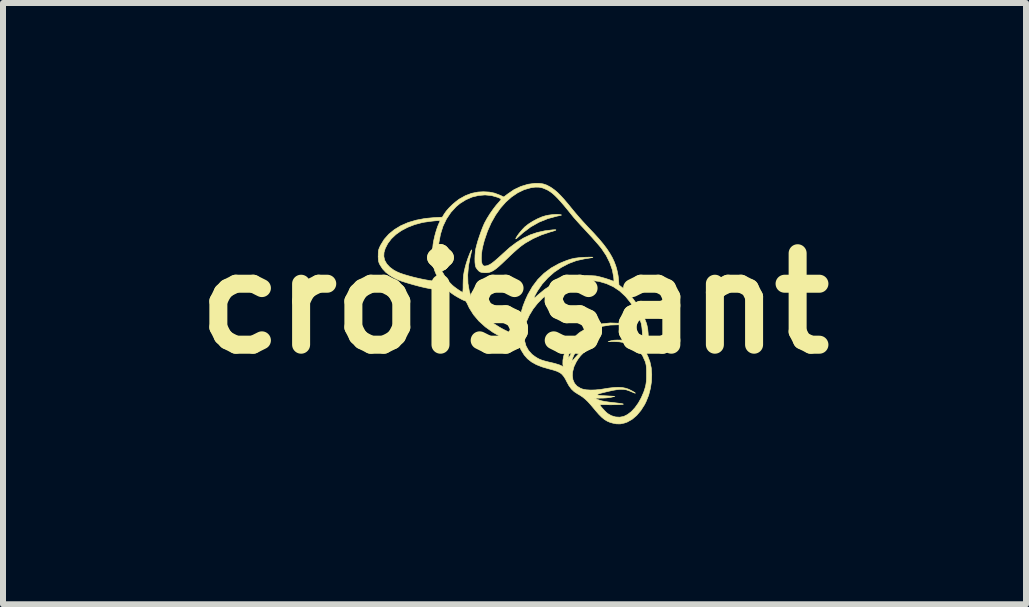
<source format=kicad_pcb>
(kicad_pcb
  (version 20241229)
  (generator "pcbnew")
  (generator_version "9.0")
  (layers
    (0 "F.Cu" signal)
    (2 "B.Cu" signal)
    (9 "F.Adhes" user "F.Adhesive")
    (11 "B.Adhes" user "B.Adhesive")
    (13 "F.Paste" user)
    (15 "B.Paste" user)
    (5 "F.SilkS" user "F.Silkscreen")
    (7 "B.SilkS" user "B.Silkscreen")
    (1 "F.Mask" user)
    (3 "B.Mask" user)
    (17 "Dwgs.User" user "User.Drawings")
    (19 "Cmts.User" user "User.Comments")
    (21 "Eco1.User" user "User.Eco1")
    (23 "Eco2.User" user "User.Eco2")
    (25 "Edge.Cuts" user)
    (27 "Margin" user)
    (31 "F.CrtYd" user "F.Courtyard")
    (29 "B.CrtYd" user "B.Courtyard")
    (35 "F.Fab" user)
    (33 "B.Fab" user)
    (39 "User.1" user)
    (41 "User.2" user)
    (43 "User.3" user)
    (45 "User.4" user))
  (footprint "croissant"
    (layer "F.Cu")
    (at 5.523 2.004)
    (property "Reference" "croissant" (at 0 0 0) (layer "F.SilkS") (effects (font (size 1.524 1.524) (thickness 0.3))))
    (attr through_hole)
    (fp_poly (pts (xy 0.739 -1.481) (xy 0.758 -1.478) (xy 0.776 -1.475) (xy 0.782 -1.471) (xy 0.775 -1.467) (xy 0.752 -1.462) (xy 0.711 -1.453) (xy 0.709 -1.453) (xy 0.553 -1.411) (xy 0.406 -1.351) (xy 0.27 -1.274) (xy 0.144 -1.179) (xy 0.096 -1.136) (xy 0.064 -1.107) (xy 0.04 -1.086) (xy 0.024 -1.075) (xy 0.02 -1.075) (xy 0.027 -1.093) (xy 0.045 -1.122) (xy 0.071 -1.159) (xy 0.103 -1.198) (xy 0.137 -1.237) (xy 0.17 -1.271) (xy 0.173 -1.274) (xy 0.231 -1.32) (xy 0.303 -1.366) (xy 0.38 -1.407) (xy 0.456 -1.44) (xy 0.513 -1.458) (xy 0.57 -1.47) (xy 0.632 -1.478) (xy 0.69 -1.482) (xy 0.739 -1.481)) (stroke (width 0.01) (type solid)) (fill yes) (layer "F.SilkS"))
    (fp_poly (pts (xy 0.476 -1.99) (xy 0.536 -1.97) (xy 0.599 -1.936) (xy 0.626 -1.918) (xy 0.67 -1.886) (xy 0.717 -1.846) (xy 0.767 -1.796) (xy 0.823 -1.735) (xy 0.886 -1.661) (xy 0.959 -1.572) (xy 0.961 -1.569) (xy 1.011 -1.509) (xy 1.069 -1.441) (xy 1.13 -1.372) (xy 1.19 -1.307) (xy 1.224 -1.27) (xy 1.323 -1.166) (xy 1.407 -1.073) (xy 1.478 -0.988) (xy 1.537 -0.91) (xy 1.586 -0.836) (xy 1.627 -0.765) (xy 1.66 -0.695) (xy 1.687 -0.623) (xy 1.701 -0.577) (xy 1.714 -0.522) (xy 1.726 -0.459) (xy 1.733 -0.402) (xy 1.733 -0.397) (xy 1.74 -0.306) (xy 1.804 -0.255) (xy 1.883 -0.182) (xy 1.961 -0.094) (xy 2.034 0.006) (xy 2.099 0.112) (xy 2.154 0.22) (xy 2.195 0.325) (xy 2.206 0.362) (xy 2.219 0.424) (xy 2.226 0.496) (xy 2.23 0.574) (xy 2.228 0.651) (xy 2.222 0.72) (xy 2.212 0.769) (xy 2.203 0.804) (xy 2.2 0.827) (xy 2.204 0.847) (xy 2.214 0.871) (xy 2.221 0.883) (xy 2.256 0.974) (xy 2.278 1.076) (xy 2.286 1.186) (xy 2.282 1.301) (xy 2.264 1.417) (xy 2.235 1.53) (xy 2.192 1.637) (xy 2.168 1.686) (xy 2.105 1.785) (xy 2.035 1.868) (xy 1.958 1.933) (xy 1.876 1.979) (xy 1.829 1.995) (xy 1.763 2.009) (xy 1.697 2.008) (xy 1.64 1.997) (xy 1.588 1.982) (xy 1.542 1.962) (xy 1.498 1.935) (xy 1.453 1.898) (xy 1.405 1.85) (xy 1.351 1.788) (xy 1.323 1.754) (xy 1.268 1.689) (xy 1.222 1.638) (xy 1.179 1.597) (xy 1.137 1.563) (xy 1.091 1.532) (xy 1.055 1.511) (xy 0.995 1.472) (xy 0.947 1.427) (xy 0.906 1.371) (xy 0.875 1.315) (xy 0.846 1.258) (xy 0.818 1.215) (xy 0.789 1.181) (xy 0.754 1.155) (xy 0.71 1.133) (xy 0.654 1.114) (xy 0.581 1.094) (xy 0.573 1.092) (xy 0.459 1.059) (xy 0.363 1.021) (xy 0.283 0.976) (xy 0.216 0.923) (xy 0.161 0.86) (xy 0.115 0.786) (xy 0.109 0.776) (xy 0.066 0.69) (xy -0.053 0.64) (xy -0.216 0.565) (xy -0.36 0.483) (xy -0.486 0.393) (xy -0.594 0.295) (xy -0.683 0.19) (xy -0.754 0.077) (xy -0.777 0.028) (xy -0.793 -0.005) (xy -0.807 -0.029) (xy -0.816 -0.04) (xy -0.817 -0.04) (xy -0.837 -0.046) (xy -0.869 -0.06) (xy -0.908 -0.081) (xy -0.952 -0.105) (xy -0.994 -0.13) (xy -1.031 -0.155) (xy -1.052 -0.17) (xy -1.114 -0.22) (xy -1.236 -0.226) (xy -1.314 -0.232) (xy -1.394 -0.242) (xy -1.477 -0.258) (xy -1.569 -0.279) (xy -1.674 -0.307) (xy -1.723 -0.321) (xy -1.808 -0.346) (xy -1.877 -0.368) (xy -1.934 -0.389) (xy -1.981 -0.41) (xy -2.024 -0.433) (xy -2.066 -0.458) (xy -2.074 -0.463) (xy -2.145 -0.517) (xy -2.199 -0.575) (xy -2.242 -0.642) (xy -2.242 -0.642) (xy -2.256 -0.67) (xy -2.264 -0.696) (xy -2.269 -0.725) (xy -2.271 -0.765) (xy -2.271 -0.781) (xy -2.178 -0.781) (xy -2.163 -0.717) (xy -2.129 -0.657) (xy -2.077 -0.601) (xy -2.01 -0.552) (xy -1.959 -0.525) (xy -1.908 -0.503) (xy -1.841 -0.48) (xy -1.762 -0.457) (xy -1.677 -0.434) (xy -1.588 -0.413) (xy -1.502 -0.395) (xy -1.422 -0.381) (xy -1.352 -0.371) (xy -1.298 -0.367) (xy -1.24 -0.366) (xy -1.271 -0.416) (xy -1.289 -0.45) (xy -1.31 -0.495) (xy -1.329 -0.541) (xy -1.333 -0.551) (xy -1.358 -0.642) (xy -1.37 -0.748) (xy -1.37 -0.824) (xy -1.272 -0.824) (xy -1.271 -0.762) (xy -1.267 -0.713) (xy -1.26 -0.672) (xy -1.25 -0.635) (xy -1.212 -0.54) (xy -1.158 -0.446) (xy -1.094 -0.36) (xy -1.036 -0.301) (xy -1.011 -0.28) (xy -0.978 -0.255) (xy -0.943 -0.23) (xy -0.909 -0.208) (xy -0.882 -0.191) (xy -0.865 -0.183) (xy -0.864 -0.183) (xy -0.861 -0.192) (xy -0.859 -0.218) (xy -0.857 -0.257) (xy -0.857 -0.305) (xy -0.857 -0.312) (xy -0.855 -0.393) (xy -0.85 -0.463) (xy -0.839 -0.53) (xy -0.822 -0.602) (xy -0.807 -0.657) (xy -0.794 -0.698) (xy -0.779 -0.743) (xy -0.762 -0.788) (xy -0.746 -0.829) (xy -0.732 -0.862) (xy -0.721 -0.884) (xy -0.715 -0.891) (xy -0.715 -0.891) (xy -0.715 -0.88) (xy -0.72 -0.854) (xy -0.728 -0.816) (xy -0.736 -0.785) (xy -0.767 -0.624) (xy -0.78 -0.473) (xy -0.776 -0.331) (xy -0.753 -0.2) (xy -0.713 -0.077) (xy -0.655 0.035) (xy -0.579 0.139) (xy -0.53 0.191) (xy -0.475 0.241) (xy -0.406 0.295) (xy -0.33 0.348) (xy -0.252 0.397) (xy -0.219 0.416) (xy -0.187 0.433) (xy -0.148 0.453) (xy -0.103 0.474) (xy -0.058 0.495) (xy -0.017 0.514) (xy 0.016 0.529) (xy 0.038 0.537) (xy 0.043 0.538) (xy 0.049 0.53) (xy 0.049 0.523) (xy 0.159 0.523) (xy 0.167 0.622) (xy 0.191 0.709) (xy 0.233 0.785) (xy 0.291 0.85) (xy 0.343 0.889) (xy 0.378 0.911) (xy 0.414 0.93) (xy 0.454 0.946) (xy 0.503 0.961) (xy 0.565 0.977) (xy 0.622 0.99) (xy 0.671 1.002) (xy 0.717 1.016) (xy 0.754 1.028) (xy 0.769 1.035) (xy 0.81 1.055) (xy 0.805 1.008) (xy 0.806 0.98) (xy 0.945 0.98) (xy 0.95 0.986) (xy 0.955 0.98) (xy 0.95 0.975) (xy 0.945 0.98) (xy 0.806 0.98) (xy 0.806 0.953) (xy 0.808 0.94) (xy 0.884 0.94) (xy 0.889 0.945) (xy 0.894 0.94) (xy 0.889 0.935) (xy 0.884 0.94) (xy 0.808 0.94) (xy 0.817 0.888) (xy 0.836 0.818) (xy 0.861 0.75) (xy 0.869 0.733) (xy 0.891 0.691) (xy 0.917 0.653) (xy 0.95 0.613) (xy 0.993 0.569) (xy 1.036 0.527) (xy 1.072 0.496) (xy 1.108 0.471) (xy 1.15 0.448) (xy 1.189 0.428) (xy 1.32 0.375) (xy 1.456 0.341) (xy 1.594 0.327) (xy 1.732 0.332) (xy 1.752 0.335) (xy 1.805 0.342) (xy 1.838 0.349) (xy 1.851 0.353) (xy 1.843 0.356) (xy 1.815 0.358) (xy 1.767 0.358) (xy 1.734 0.357) (xy 1.591 0.362) (xy 1.457 0.384) (xy 1.332 0.422) (xy 1.217 0.475) (xy 1.115 0.544) (xy 1.031 0.622) (xy 0.985 0.68) (xy 0.945 0.745) (xy 0.916 0.81) (xy 0.9 0.871) (xy 0.899 0.879) (xy 0.893 0.93) (xy 0.919 0.881) (xy 0.967 0.8) (xy 1.019 0.735) (xy 1.049 0.705) (xy 1.077 0.681) (xy 1.109 0.657) (xy 1.142 0.636) (xy 1.169 0.619) (xy 1.189 0.611) (xy 1.194 0.612) (xy 1.189 0.619) (xy 1.171 0.636) (xy 1.147 0.655) (xy 1.115 0.684) (xy 1.079 0.722) (xy 1.051 0.758) (xy 1.027 0.795) (xy 1.003 0.836) (xy 0.983 0.878) (xy 0.967 0.915) (xy 0.958 0.944) (xy 0.957 0.957) (xy 0.965 0.955) (xy 0.981 0.94) (xy 1.002 0.915) (xy 1.003 0.913) (xy 1.057 0.854) (xy 1.122 0.801) (xy 1.19 0.759) (xy 1.24 0.737) (xy 1.266 0.729) (xy 1.276 0.727) (xy 1.271 0.732) (xy 1.26 0.739) (xy 1.194 0.787) (xy 1.142 0.831) (xy 1.1 0.874) (xy 1.063 0.921) (xy 1.03 0.973) (xy 0.99 1.056) (xy 0.968 1.141) (xy 0.964 1.203) (xy 0.973 1.273) (xy 0.999 1.332) (xy 1.041 1.38) (xy 1.1 1.416) (xy 1.138 1.43) (xy 1.195 1.441) (xy 1.266 1.445) (xy 1.346 1.443) (xy 1.43 1.435) (xy 1.473 1.428) (xy 1.574 1.412) (xy 1.66 1.402) (xy 1.732 1.399) (xy 1.794 1.403) (xy 1.85 1.414) (xy 1.901 1.431) (xy 1.925 1.443) (xy 1.965 1.464) (xy 1.994 1.481) (xy 2.01 1.492) (xy 2.013 1.498) (xy 2.001 1.495) (xy 1.974 1.484) (xy 1.957 1.477) (xy 1.907 1.456) (xy 1.861 1.441) (xy 1.813 1.434) (xy 1.762 1.433) (xy 1.703 1.439) (xy 1.632 1.451) (xy 1.546 1.471) (xy 1.532 1.474) (xy 1.463 1.491) (xy 1.414 1.504) (xy 1.385 1.515) (xy 1.375 1.523) (xy 1.386 1.529) (xy 1.417 1.534) (xy 1.468 1.538) (xy 1.539 1.542) (xy 1.671 1.55) (xy 1.61 1.565) (xy 1.573 1.571) (xy 1.524 1.576) (xy 1.47 1.579) (xy 1.441 1.579) (xy 1.397 1.58) (xy 1.362 1.58) (xy 1.34 1.581) (xy 1.335 1.582) (xy 1.345 1.587) (xy 1.369 1.596) (xy 1.402 1.609) (xy 1.405 1.61) (xy 1.453 1.625) (xy 1.514 1.637) (xy 1.592 1.648) (xy 1.623 1.651) (xy 1.7 1.66) (xy 1.757 1.667) (xy 1.794 1.673) (xy 1.813 1.678) (xy 1.812 1.681) (xy 1.793 1.684) (xy 1.756 1.687) (xy 1.717 1.688) (xy 1.658 1.689) (xy 1.597 1.69) (xy 1.541 1.689) (xy 1.506 1.689) (xy 1.468 1.688) (xy 1.439 1.689) (xy 1.424 1.692) (xy 1.422 1.693) (xy 1.429 1.705) (xy 1.446 1.728) (xy 1.471 1.756) (xy 1.498 1.786) (xy 1.525 1.813) (xy 1.548 1.833) (xy 1.551 1.836) (xy 1.613 1.872) (xy 1.683 1.893) (xy 1.753 1.897) (xy 1.819 1.885) (xy 1.883 1.853) (xy 1.947 1.804) (xy 2.007 1.739) (xy 2.063 1.661) (xy 2.112 1.573) (xy 2.154 1.476) (xy 2.176 1.407) (xy 2.186 1.369) (xy 2.192 1.333) (xy 2.197 1.293) (xy 2.199 1.244) (xy 2.199 1.179) (xy 2.199 1.179) (xy 2.199 1.117) (xy 2.197 1.071) (xy 2.194 1.036) (xy 2.188 1.006) (xy 2.18 0.978) (xy 2.176 0.966) (xy 2.134 0.873) (xy 2.081 0.796) (xy 2.016 0.735) (xy 1.939 0.689) (xy 1.848 0.658) (xy 1.743 0.641) (xy 1.671 0.638) (xy 1.56 0.637) (xy 1.61 0.623) (xy 1.652 0.615) (xy 1.709 0.612) (xy 1.783 0.613) (xy 1.783 0.613) (xy 1.84 0.615) (xy 1.882 0.619) (xy 1.916 0.625) (xy 1.947 0.634) (xy 1.97 0.643) (xy 2.009 0.661) (xy 2.046 0.681) (xy 2.068 0.696) (xy 2.09 0.712) (xy 2.104 0.721) (xy 2.106 0.721) (xy 2.11 0.712) (xy 2.117 0.688) (xy 2.124 0.655) (xy 2.124 0.654) (xy 2.13 0.598) (xy 2.131 0.531) (xy 2.128 0.459) (xy 2.121 0.39) (xy 2.11 0.331) (xy 2.108 0.325) (xy 2.079 0.243) (xy 2.037 0.154) (xy 1.984 0.063) (xy 1.922 -0.026) (xy 1.856 -0.107) (xy 1.843 -0.121) (xy 1.75 -0.207) (xy 1.647 -0.276) (xy 1.533 -0.328) (xy 1.412 -0.364) (xy 1.284 -0.382) (xy 1.15 -0.382) (xy 1.012 -0.365) (xy 0.906 -0.339) (xy 0.788 -0.297) (xy 0.675 -0.239) (xy 0.569 -0.17) (xy 0.471 -0.089) (xy 0.384 0.00015) (xy 0.309 0.096) (xy 0.247 0.198) (xy 0.2 0.302) (xy 0.17 0.408) (xy 0.159 0.513) (xy 0.159 0.523) (xy 0.049 0.523) (xy 0.051 0.508) (xy 0.051 0.508) (xy 0.053 0.484) (xy 0.058 0.446) (xy 0.065 0.404) (xy 0.066 0.399) (xy 0.075 0.35) (xy 0.085 0.291) (xy 0.095 0.236) (xy 0.096 0.229) (xy 0.115 0.134) (xy 0.143 0.041) (xy 0.181 -0.056) (xy 0.223 -0.147) (xy 0.299 -0.279) (xy 0.388 -0.397) (xy 0.492 -0.5) (xy 0.609 -0.588) (xy 0.739 -0.66) (xy 0.789 -0.682) (xy 0.869 -0.714) (xy 0.939 -0.737) (xy 1.006 -0.752) (xy 1.077 -0.761) (xy 1.16 -0.767) (xy 1.194 -0.768) (xy 1.249 -0.769) (xy 1.286 -0.769) (xy 1.305 -0.768) (xy 1.305 -0.765) (xy 1.286 -0.761) (xy 1.248 -0.754) (xy 1.19 -0.745) (xy 1.164 -0.741) (xy 1.032 -0.712) (xy 0.902 -0.663) (xy 0.778 -0.598) (xy 0.661 -0.519) (xy 0.555 -0.425) (xy 0.461 -0.321) (xy 0.383 -0.207) (xy 0.375 -0.193) (xy 0.347 -0.143) (xy 0.33 -0.109) (xy 0.324 -0.091) (xy 0.329 -0.088) (xy 0.345 -0.099) (xy 0.372 -0.123) (xy 0.384 -0.134) (xy 0.502 -0.232) (xy 0.629 -0.314) (xy 0.765 -0.379) (xy 0.905 -0.426) (xy 1.05 -0.456) (xy 1.196 -0.466) (xy 1.342 -0.457) (xy 1.348 -0.457) (xy 1.394 -0.448) (xy 1.452 -0.433) (xy 1.515 -0.415) (xy 1.576 -0.395) (xy 1.628 -0.376) (xy 1.64 -0.371) (xy 1.65 -0.368) (xy 1.655 -0.372) (xy 1.656 -0.387) (xy 1.654 -0.417) (xy 1.652 -0.436) (xy 1.63 -0.556) (xy 1.588 -0.676) (xy 1.528 -0.797) (xy 1.449 -0.915) (xy 1.423 -0.947) (xy 1.386 -0.991) (xy 1.341 -1.042) (xy 1.291 -1.099) (xy 1.237 -1.157) (xy 1.202 -1.195) (xy 1.15 -1.252) (xy 1.099 -1.306) (xy 1.053 -1.357) (xy 1.014 -1.401) (xy 0.984 -1.435) (xy 0.97 -1.452) (xy 0.893 -1.548) (xy 0.827 -1.628) (xy 0.769 -1.695) (xy 0.719 -1.75) (xy 0.674 -1.795) (xy 0.634 -1.831) (xy 0.596 -1.859) (xy 0.56 -1.882) (xy 0.539 -1.893) (xy 0.473 -1.921) (xy 0.41 -1.935) (xy 0.345 -1.936) (xy 0.273 -1.926) (xy 0.161 -1.894) (xy 0.053 -1.842) (xy -0.049 -1.773) (xy -0.146 -1.687) (xy -0.235 -1.586) (xy -0.316 -1.471) (xy -0.389 -1.342) (xy -0.451 -1.201) (xy -0.503 -1.049) (xy -0.525 -0.965) (xy -0.541 -0.891) (xy -0.55 -0.82) (xy -0.553 -0.756) (xy -0.551 -0.701) (xy -0.542 -0.66) (xy -0.535 -0.646) (xy -0.52 -0.627) (xy -0.503 -0.621) (xy -0.476 -0.623) (xy -0.447 -0.63) (xy -0.414 -0.645) (xy -0.376 -0.669) (xy -0.331 -0.705) (xy -0.276 -0.752) (xy -0.21 -0.812) (xy -0.194 -0.827) (xy -0.078 -0.931) (xy 0.035 -1.016) (xy 0.147 -1.086) (xy 0.26 -1.14) (xy 0.378 -1.18) (xy 0.503 -1.208) (xy 0.635 -1.224) (xy 0.672 -1.226) (xy 0.689 -1.225) (xy 0.687 -1.219) (xy 0.666 -1.21) (xy 0.624 -1.197) (xy 0.594 -1.189) (xy 0.448 -1.14) (xy 0.309 -1.078) (xy 0.181 -1.005) (xy 0.118 -0.961) (xy 0.086 -0.936) (xy 0.043 -0.899) (xy -0.007 -0.855) (xy -0.061 -0.805) (xy -0.115 -0.753) (xy -0.132 -0.737) (xy -0.202 -0.67) (xy -0.26 -0.617) (xy -0.309 -0.576) (xy -0.351 -0.547) (xy -0.389 -0.527) (xy -0.425 -0.515) (xy -0.461 -0.51) (xy -0.499 -0.51) (xy -0.502 -0.51) (xy -0.542 -0.514) (xy -0.568 -0.521) (xy -0.589 -0.534) (xy -0.601 -0.544) (xy -0.625 -0.572) (xy -0.644 -0.601) (xy -0.646 -0.607) (xy -0.654 -0.638) (xy -0.659 -0.685) (xy -0.66 -0.741) (xy -0.658 -0.801) (xy -0.653 -0.861) (xy -0.645 -0.912) (xy -0.63 -0.971) (xy -0.61 -1.042) (xy -0.585 -1.118) (xy -0.558 -1.195) (xy -0.531 -1.266) (xy -0.506 -1.324) (xy -0.498 -1.341) (xy -0.458 -1.414) (xy -0.41 -1.491) (xy -0.357 -1.567) (xy -0.306 -1.634) (xy -0.28 -1.663) (xy -0.254 -1.693) (xy -0.234 -1.717) (xy -0.224 -1.733) (xy -0.224 -1.735) (xy -0.232 -1.744) (xy -0.255 -1.756) (xy -0.28 -1.766) (xy -0.384 -1.796) (xy -0.492 -1.806) (xy -0.6 -1.797) (xy -0.707 -1.771) (xy -0.81 -1.726) (xy -0.908 -1.665) (xy -0.973 -1.611) (xy -1.061 -1.515) (xy -1.134 -1.406) (xy -1.192 -1.285) (xy -1.234 -1.151) (xy -1.261 -1.005) (xy -1.271 -0.849) (xy -1.272 -0.824) (xy -1.37 -0.824) (xy -1.369 -0.866) (xy -1.357 -0.985) (xy -1.344 -1.057) (xy -1.326 -1.134) (xy -1.305 -1.208) (xy -1.283 -1.275) (xy -1.261 -1.328) (xy -1.258 -1.334) (xy -1.247 -1.359) (xy -1.242 -1.376) (xy -1.243 -1.378) (xy -1.255 -1.379) (xy -1.283 -1.378) (xy -1.322 -1.375) (xy -1.369 -1.37) (xy -1.419 -1.364) (xy -1.467 -1.357) (xy -1.51 -1.351) (xy -1.537 -1.346) (xy -1.664 -1.312) (xy -1.78 -1.267) (xy -1.885 -1.212) (xy -1.976 -1.148) (xy -2.052 -1.076) (xy -2.112 -0.997) (xy -2.155 -0.913) (xy -2.175 -0.846) (xy -2.178 -0.781) (xy -2.271 -0.781) (xy -2.271 -0.792) (xy -2.27 -0.839) (xy -2.268 -0.873) (xy -2.261 -0.901) (xy -2.249 -0.931) (xy -2.232 -0.967) (xy -2.172 -1.065) (xy -2.095 -1.152) (xy -2.002 -1.228) (xy -1.895 -1.293) (xy -1.773 -1.346) (xy -1.638 -1.386) (xy -1.491 -1.414) (xy -1.332 -1.429) (xy -1.331 -1.429) (xy -1.203 -1.435) (xy -1.173 -1.486) (xy -1.138 -1.536) (xy -1.09 -1.591) (xy -1.034 -1.646) (xy -0.975 -1.696) (xy -0.922 -1.736) (xy -0.818 -1.794) (xy -0.715 -1.833) (xy -0.609 -1.854) (xy -0.518 -1.859) (xy -0.422 -1.854) (xy -0.336 -1.837) (xy -0.251 -1.805) (xy -0.239 -1.8) (xy -0.178 -1.772) (xy -0.116 -1.82) (xy -0.008 -1.894) (xy 0.107 -1.948) (xy 0.225 -1.984) (xy 0.336 -1.999) (xy 0.412 -1.999) (xy 0.476 -1.99)) (stroke (width 0.01) (type solid)) (fill yes) (layer "F.SilkS")))
  (gr_rect
    (start -3 -3)
    (end 14.045 7.018)
    (stroke (width 0.1) (type default))
    (fill no)
    (layer "Edge.Cuts")))
</source>
